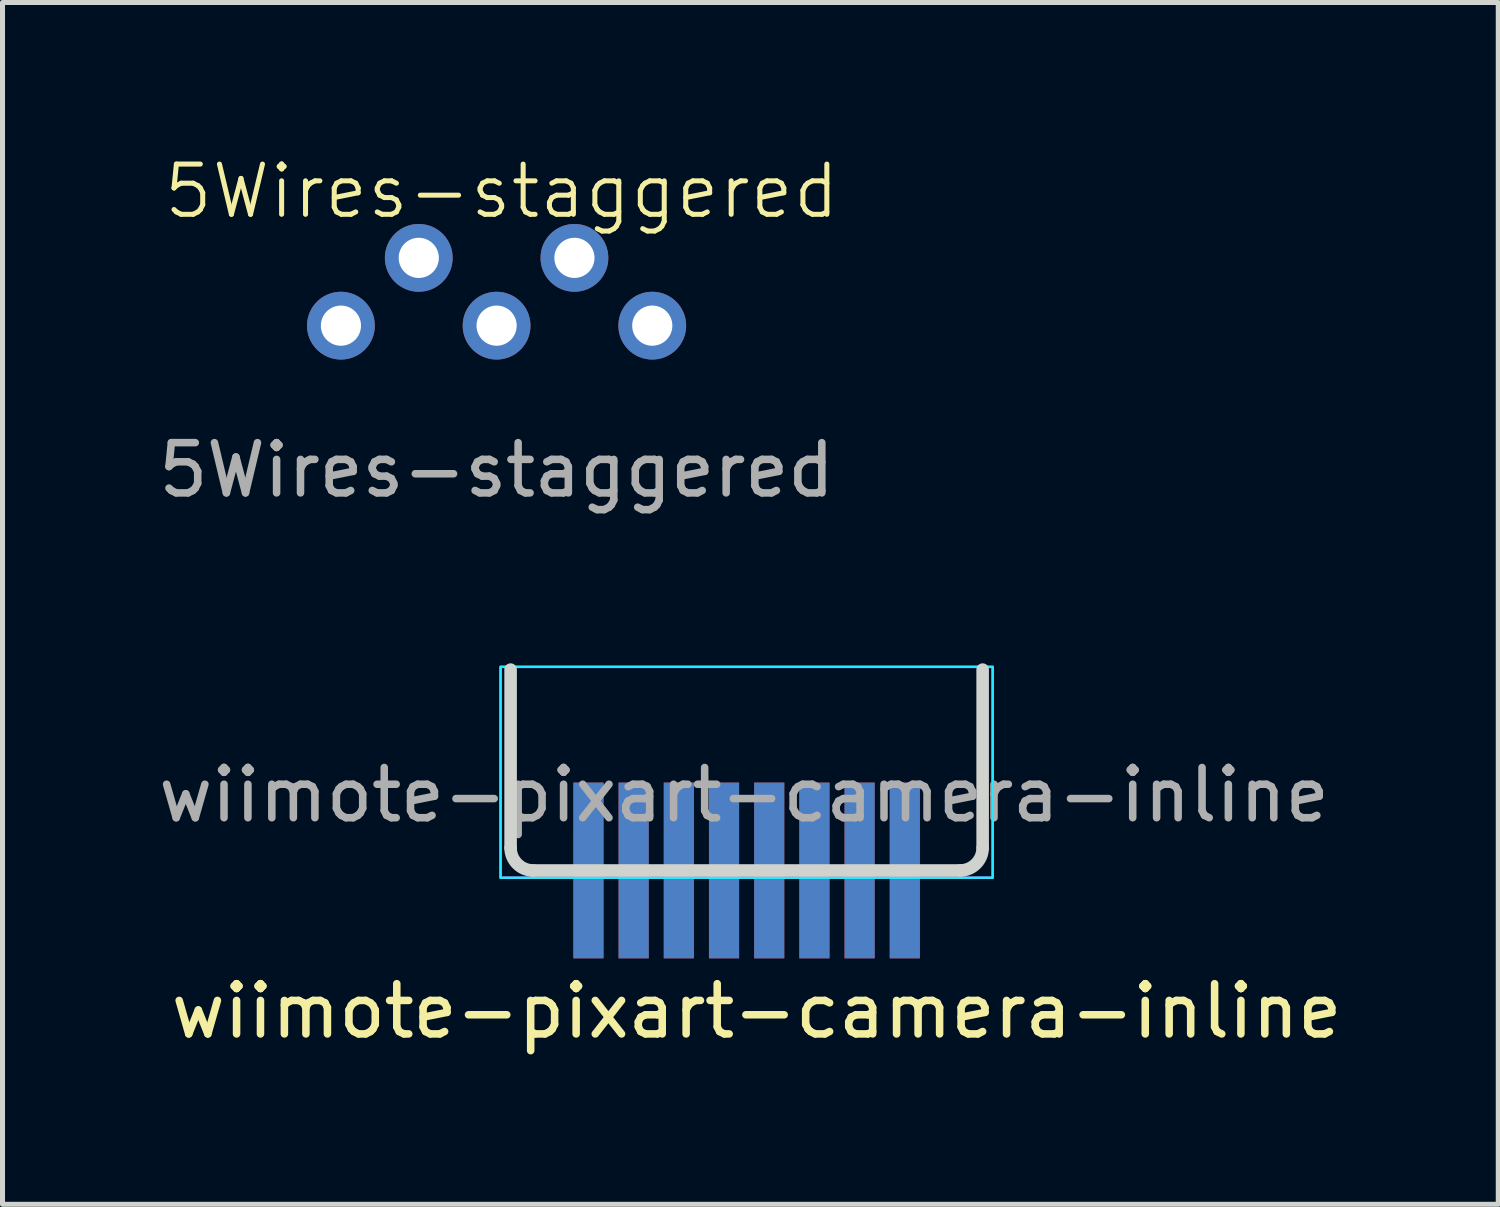
<source format=kicad_pcb>
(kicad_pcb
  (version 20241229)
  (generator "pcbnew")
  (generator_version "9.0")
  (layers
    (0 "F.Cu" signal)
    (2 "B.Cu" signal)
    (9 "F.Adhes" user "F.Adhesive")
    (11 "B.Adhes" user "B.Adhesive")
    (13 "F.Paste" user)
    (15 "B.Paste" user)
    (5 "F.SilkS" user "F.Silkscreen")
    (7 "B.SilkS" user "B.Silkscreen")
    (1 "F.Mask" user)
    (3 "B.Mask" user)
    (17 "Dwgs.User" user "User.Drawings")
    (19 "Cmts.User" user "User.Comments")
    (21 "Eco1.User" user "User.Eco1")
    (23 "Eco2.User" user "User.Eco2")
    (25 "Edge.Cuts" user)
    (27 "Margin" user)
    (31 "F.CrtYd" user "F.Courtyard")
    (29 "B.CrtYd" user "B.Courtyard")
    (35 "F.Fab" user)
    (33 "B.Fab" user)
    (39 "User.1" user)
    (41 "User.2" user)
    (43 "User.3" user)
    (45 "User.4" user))
  (footprint "wiimote-pixart-camera-inline"
    (layer "F.Cu")
    (at 11.818 11.784)
    (property "Reference" "wiimote-pixart-camera-inline" (at 0.2 5.3 0) (unlocked yes) (layer "F.SilkS") (effects (font (size 1 1) (thickness 0.15))))
    (attr through_hole)
    (fp_line (start -4.7 -1.5) (end -4.7 2.05) (stroke (width 0.25) (type default)) (layer "Edge.Cuts"))
    (fp_line (start 4.25 2.5) (end -4.25 2.5) (stroke (width 0.25) (type default)) (layer "Edge.Cuts"))
    (fp_line (start 4.7 -1.5) (end 4.7 2.05) (stroke (width 0.25) (type default)) (layer "Edge.Cuts"))
    (fp_arc (start -4.25 2.5) (mid -4.568198 2.368198) (end -4.7 2.05) (stroke (width 0.25) (type default)) (layer "Edge.Cuts"))
    (fp_arc (start 4.7 2.05) (mid 4.568198 2.368198) (end 4.25 2.5) (stroke (width 0.25) (type default)) (layer "Edge.Cuts"))
    (fp_rect (start -4.9 -1.555) (end 4.9 2.645) (stroke (width 0.05) (type default)) (fill no) (layer "B.CrtYd"))
    (fp_rect (start -4.9 -1.555) (end 4.9 2.645) (stroke (width 0.05) (type default)) (fill no) (layer "F.CrtYd"))
    (fp_text user "${REFERENCE}" (at -0.05 0.995 0) (unlocked yes) (layer "F.Fab") (effects (font (size 1 1) (thickness 0.15))))
    (pad "1" connect rect (at -3.15 2.5) (size 0.6 3.5) (layers "F.Cu" "F.Mask"))
    (pad "1" connect rect (at -3.15 2.5) (size 0.6 3.5) (layers "B.Cu" "B.Mask"))
    (pad "2" connect rect (at -2.25 2.5) (size 0.6 3.5) (layers "F.Cu" "F.Mask"))
    (pad "2" connect rect (at -2.25 2.5) (size 0.6 3.5) (layers "B.Cu" "B.Mask"))
    (pad "3" connect rect (at -1.35 2.5) (size 0.6 3.5) (layers "F.Cu" "F.Mask"))
    (pad "3" connect rect (at -1.35 2.5) (size 0.6 3.5) (layers "B.Cu" "B.Mask"))
    (pad "4" connect rect (at -0.45 2.5) (size 0.6 3.5) (layers "F.Cu" "F.Mask"))
    (pad "4" connect rect (at -0.45 2.5) (size 0.6 3.5) (layers "B.Cu" "B.Mask"))
    (pad "5" connect rect (at 0.45 2.5) (size 0.6 3.5) (layers "F.Cu" "F.Mask"))
    (pad "5" connect rect (at 0.45 2.5) (size 0.6 3.5) (layers "B.Cu" "B.Mask"))
    (pad "6" connect rect (at 1.35 2.5) (size 0.6 3.5) (layers "F.Cu" "F.Mask"))
    (pad "6" connect rect (at 1.35 2.5) (size 0.6 3.5) (layers "B.Cu" "B.Mask"))
    (pad "7" connect rect (at 2.25 2.5) (size 0.6 3.5) (layers "F.Cu" "F.Mask"))
    (pad "7" connect rect (at 2.25 2.5) (size 0.6 3.5) (layers "B.Cu" "B.Mask"))
    (pad "8" connect rect (at 3.15 2.5) (size 0.6 3.5) (layers "F.Cu" "F.Mask"))
    (pad "8" connect rect (at 3.15 2.5) (size 0.6 3.5) (layers "B.Cu" "B.Mask")))
  (footprint "5Wires-staggered"
    (layer "F.Cu")
    (at 6.839 2.76)
    (property "Reference" "5Wires-staggered" (at 0.1 -2 0) (unlocked yes) (layer "F.SilkS") (effects (font (size 1 1) (thickness 0.1))))
    (attr smd)
    (fp_text user "${REFERENCE}" (at 0 3.55 0) (unlocked yes) (layer "F.Fab") (effects (font (size 1 1) (thickness 0.15))))
    (pad "1" thru_hole circle (at -3.1 0.675) (size 1.35 1.35) (drill 0.8) (layers "*.Cu" "*.Mask"))
    (pad "2" thru_hole circle (at -1.55 -0.675) (size 1.35 1.35) (drill 0.8) (layers "*.Cu" "*.Mask"))
    (pad "3" thru_hole circle (at 0 0.675) (size 1.35 1.35) (drill 0.8) (layers "*.Cu" "*.Mask"))
    (pad "4" thru_hole circle (at 1.55 -0.675) (size 1.35 1.35) (drill 0.8) (layers "*.Cu" "*.Mask"))
    (pad "5" thru_hole circle (at 3.1 0.675) (size 1.35 1.35) (drill 0.8) (layers "*.Cu" "*.Mask")))
  (gr_rect
    (start -3 -3)
    (end 26.786 20.932)
    (stroke (width 0.1) (type default))
    (fill no)
    (layer "Edge.Cuts")))
</source>
